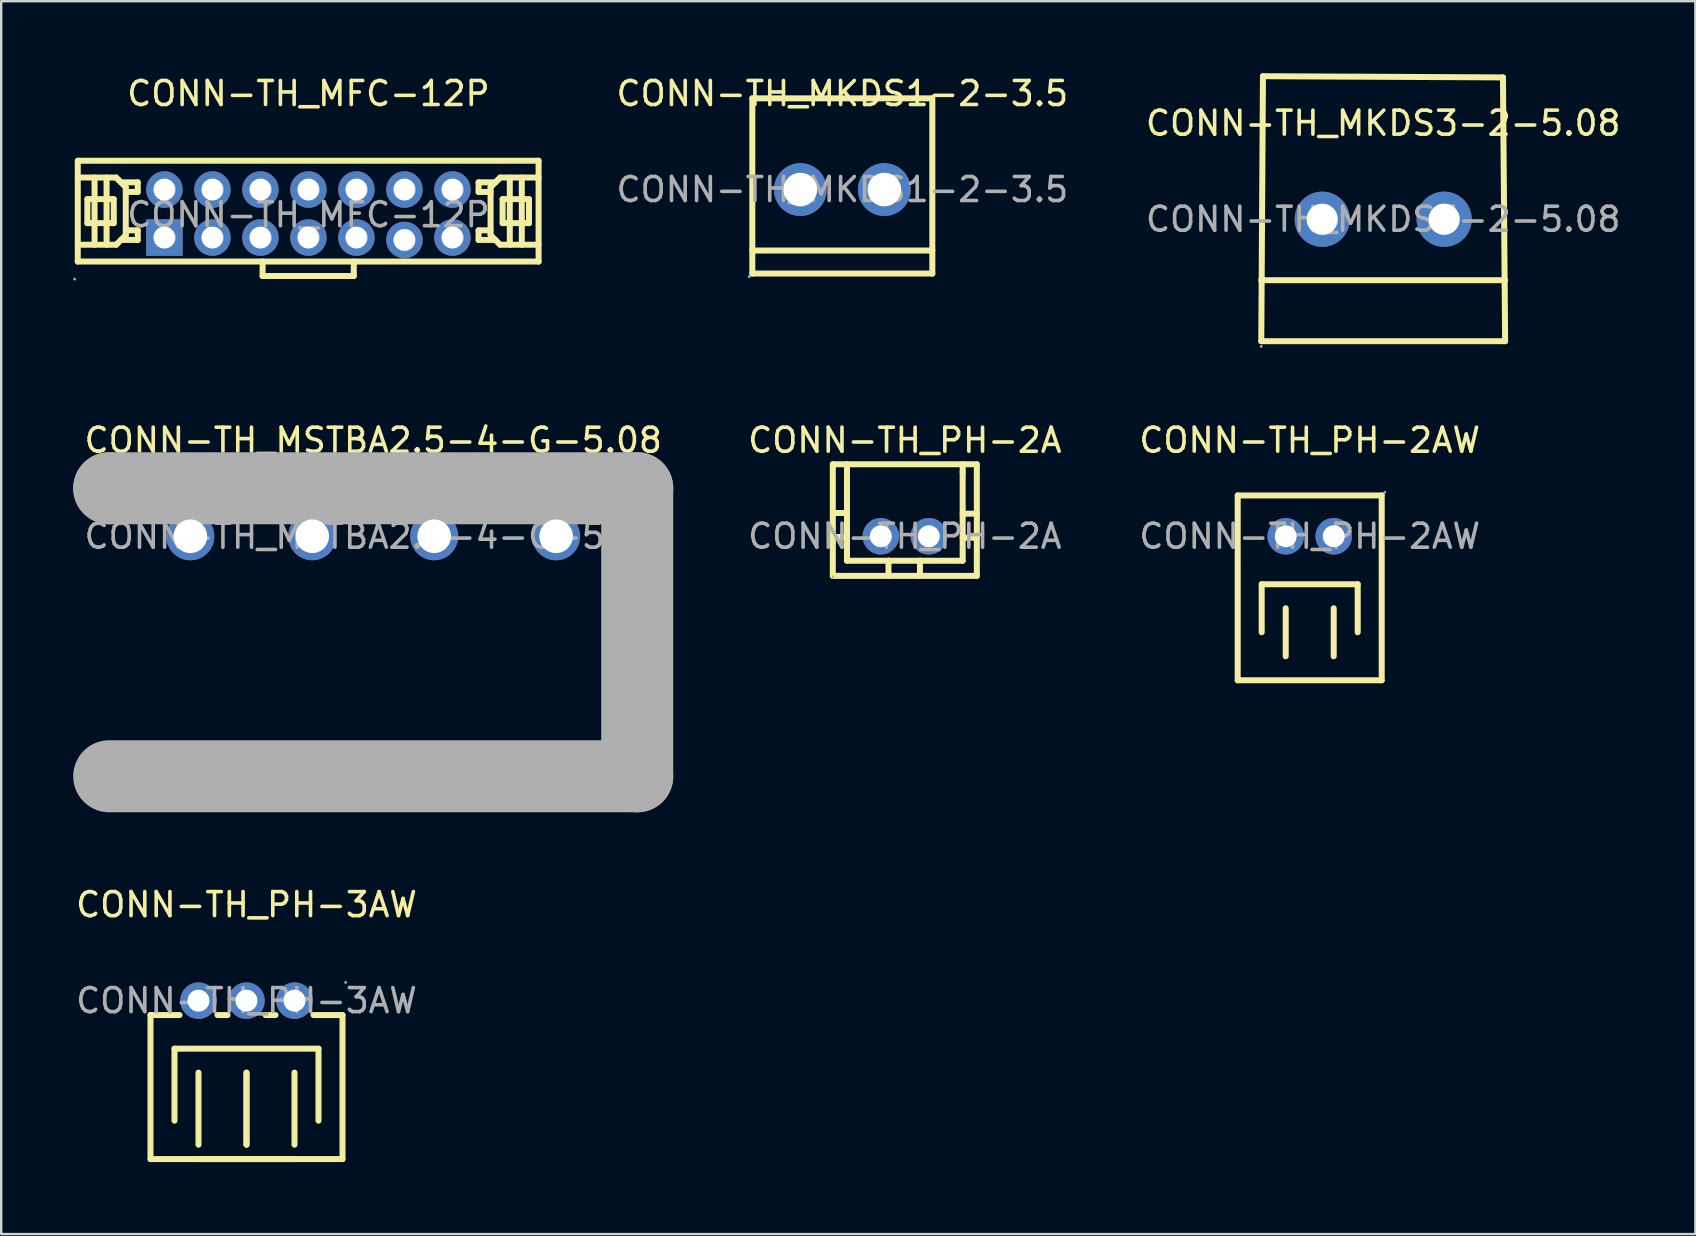
<source format=kicad_pcb>
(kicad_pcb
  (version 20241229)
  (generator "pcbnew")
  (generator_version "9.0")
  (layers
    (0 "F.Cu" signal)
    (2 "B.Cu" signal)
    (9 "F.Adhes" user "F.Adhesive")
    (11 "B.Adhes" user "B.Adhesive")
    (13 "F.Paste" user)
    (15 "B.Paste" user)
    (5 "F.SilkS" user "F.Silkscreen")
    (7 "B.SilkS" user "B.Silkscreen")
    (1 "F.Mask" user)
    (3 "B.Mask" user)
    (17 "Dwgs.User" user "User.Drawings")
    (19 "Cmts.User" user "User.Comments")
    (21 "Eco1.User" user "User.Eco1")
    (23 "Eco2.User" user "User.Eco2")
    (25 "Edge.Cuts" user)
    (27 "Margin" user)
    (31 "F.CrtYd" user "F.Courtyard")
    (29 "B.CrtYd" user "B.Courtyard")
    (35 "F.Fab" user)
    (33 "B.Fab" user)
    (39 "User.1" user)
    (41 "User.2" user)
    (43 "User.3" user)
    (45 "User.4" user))
  (footprint "CONN-TH_MSTBA2.5-4-G-5.08"
    (layer "F.Cu")
    (at 12.5 19.293)
    (property "Reference" "CONN-TH_MSTBA2.5-4-G-5.08" (at 0 -4 0) (layer "F.SilkS") (effects (font (size 1 1) (thickness 0.15))))
    (attr through_hole)
    (fp_line (start -11 -2) (end -11 -2) (stroke (width 3) (type solid)) (layer "F.Fab"))
    (fp_line (start -11 -2) (end 11 -2) (stroke (width 3) (type solid)) (layer "F.Fab"))
    (fp_line (start 11 -2) (end 11 10) (stroke (width 3) (type solid)) (layer "F.Fab"))
    (fp_line (start 11 10) (end -11 10) (stroke (width 3) (type solid)) (layer "F.Fab"))
    (fp_circle (center -7.62 0) (end -7.32 0) (stroke (width 0.6) (type solid)) (fill no) (layer "F.Fab"))
    (fp_circle (center -2.54 0) (end -2.24 0) (stroke (width 0.6) (type solid)) (fill no) (layer "F.Fab"))
    (fp_circle (center 2.54 0) (end 2.84 0) (stroke (width 0.6) (type solid)) (fill no) (layer "F.Fab"))
    (fp_circle (center 7.62 0) (end 7.92 0) (stroke (width 0.6) (type solid)) (fill no) (layer "F.Fab"))
    (fp_circle (center 11.13 -2.13) (end 11.16 -2.13) (stroke (width 0.06) (type solid)) (fill no) (layer "F.Fab"))
    (fp_text user "${REFERENCE}" (at 0 0 0) (layer "F.Fab") (effects (font (size 1 1) (thickness 0.15))))
    (pad "1" thru_hole circle (at 7.62 0 180) (size 2 2) (drill 1.4) (layers "*.Cu" "*.Paste" "*.Mask"))
    (pad "2" thru_hole circle (at 2.54 0 180) (size 2 2) (drill 1.4) (layers "*.Cu" "*.Paste" "*.Mask"))
    (pad "3" thru_hole circle (at -2.54 0 180) (size 2 2) (drill 1.4) (layers "*.Cu" "*.Paste" "*.Mask"))
    (pad "4" thru_hole circle (at -7.62 0 180) (size 2 2) (drill 1.4) (layers "*.Cu" "*.Paste" "*.Mask")))
  (footprint "CONN-TH_PH-2AW"
    (layer "F.Cu")
    (at 51.518 19.293)
    (property "Reference" "CONN-TH_PH-2AW" (at 0 -4 0) (layer "F.SilkS") (effects (font (size 1 1) (thickness 0.15))))
    (attr through_hole)
    (fp_line (start -3 -1.7) (end -3 6) (stroke (width 0.25) (type solid)) (layer "F.SilkS"))
    (fp_line (start -2 2) (end -2 4) (stroke (width 0.25) (type solid)) (layer "F.SilkS"))
    (fp_line (start -1 3) (end -1 5) (stroke (width 0.25) (type solid)) (layer "F.SilkS"))
    (fp_line (start 1 3) (end 1 5) (stroke (width 0.25) (type solid)) (layer "F.SilkS"))
    (fp_line (start 2 2) (end -2 2) (stroke (width 0.25) (type solid)) (layer "F.SilkS"))
    (fp_line (start 2 4) (end 2 2) (stroke (width 0.25) (type solid)) (layer "F.SilkS"))
    (fp_line (start 3 -1.7) (end -3 -1.7) (stroke (width 0.25) (type solid)) (layer "F.SilkS"))
    (fp_line (start 3 -1.7) (end 3 6) (stroke (width 0.25) (type solid)) (layer "F.SilkS"))
    (fp_line (start 3 6) (end -3 6) (stroke (width 0.25) (type solid)) (layer "F.SilkS"))
    (fp_circle (center -1 0) (end -0.82 0) (stroke (width 0.36) (type solid)) (fill no) (layer "F.Fab"))
    (fp_circle (center 1 0) (end 1.18 0) (stroke (width 0.36) (type solid)) (fill no) (layer "F.Fab"))
    (fp_circle (center 3.13 -1.83) (end 3.16 -1.83) (stroke (width 0.06) (type solid)) (fill no) (layer "F.Fab"))
    (fp_text user "${REFERENCE}" (at 0 0 0) (layer "F.Fab") (effects (font (size 1 1) (thickness 0.15))))
    (pad "1" thru_hole circle (at 1 0 180) (size 1.52 1.52) (drill 0.914) (layers "*.Cu" "*.Paste" "*.Mask"))
    (pad "2" thru_hole circle (at -1 0 180) (size 1.52 1.52) (drill 0.914) (layers "*.Cu" "*.Paste" "*.Mask")))
  (footprint "CONN-TH_MKDS3-2-5.08"
    (layer "F.Cu")
    (at 54.58 6.085)
    (property "Reference" "CONN-TH_MKDS3-2-5.08" (at 0 -4 0) (layer "F.SilkS") (effects (font (size 1 1) (thickness 0.15))))
    (attr through_hole)
    (fp_line (start -5.08 2.54) (end 5.08 2.54) (stroke (width 0.25) (type solid)) (layer "F.SilkS"))
    (fp_line (start -5.08 5.08) (end 5.08 5.08) (stroke (width 0.25) (type solid)) (layer "F.SilkS"))
    (fp_line (start -5.01 -5.96) (end -5.08 5.08) (stroke (width 0.25) (type solid)) (layer "F.SilkS"))
    (fp_line (start 4.99 -5.91) (end -5.01 -5.96) (stroke (width 0.25) (type solid)) (layer "F.SilkS"))
    (fp_line (start 5.08 5.08) (end 4.99 -5.91) (stroke (width 0.25) (type solid)) (layer "F.SilkS"))
    (fp_circle (center -5.08 5.3) (end -5.05 5.3) (stroke (width 0.06) (type solid)) (fill no) (layer "F.Fab"))
    (fp_circle (center -2.54 0) (end -2.29 0) (stroke (width 0.5) (type solid)) (fill no) (layer "F.Fab"))
    (fp_circle (center 2.54 0) (end 2.79 0) (stroke (width 0.5) (type solid)) (fill no) (layer "F.Fab"))
    (fp_text user "${REFERENCE}" (at 0 0 0) (layer "F.Fab") (effects (font (size 1 1) (thickness 0.15))))
    (pad "1" thru_hole circle (at -2.54 0) (size 2.3 2.3) (drill 1.3) (layers "*.Cu" "*.Paste" "*.Mask"))
    (pad "2" thru_hole circle (at 2.54 0) (size 2.3 2.3) (drill 1.3) (layers "*.Cu" "*.Paste" "*.Mask")))
  (footprint "CONN-TH_MKDS1-2-3.5"
    (layer "F.Cu")
    (at 32.045 4.848)
    (property "Reference" "CONN-TH_MKDS1-2-3.5" (at 0 -4 0) (layer "F.SilkS") (effects (font (size 1 1) (thickness 0.15))))
    (attr through_hole)
    (fp_line (start -3.75 2.54) (end 3.75 2.54) (stroke (width 0.25) (type solid)) (layer "F.SilkS"))
    (fp_line (start -3.75 3.5) (end -3.75 -3.8) (stroke (width 0.25) (type solid)) (layer "F.SilkS"))
    (fp_line (start -3.75 3.5) (end 3.75 3.5) (stroke (width 0.25) (type solid)) (layer "F.SilkS"))
    (fp_line (start 3.74 -3.8) (end -3.75 -3.8) (stroke (width 0.25) (type solid)) (layer "F.SilkS"))
    (fp_line (start 3.75 -3.8) (end 3.75 3.5) (stroke (width 0.25) (type solid)) (layer "F.SilkS"))
    (fp_circle (center -3.88 3.63) (end -3.85 3.63) (stroke (width 0.06) (type solid)) (fill no) (layer "F.Fab"))
    (fp_circle (center -1.75 0) (end -1.45 0) (stroke (width 0.6) (type solid)) (fill no) (layer "F.Fab"))
    (fp_circle (center 1.75 0) (end 2.05 0) (stroke (width 0.6) (type solid)) (fill no) (layer "F.Fab"))
    (fp_text user "${REFERENCE}" (at 0 0 0) (layer "F.Fab") (effects (font (size 1 1) (thickness 0.15))))
    (pad "1" thru_hole circle (at -1.75 0) (size 2.2 2.2) (drill 1.4) (layers "*.Cu" "*.Paste" "*.Mask"))
    (pad "2" thru_hole circle (at 1.75 0) (size 2.2 2.2) (drill 1.4) (layers "*.Cu" "*.Paste" "*.Mask")))
  (footprint "CONN-TH_PH-3AW"
    (layer "F.Cu")
    (at 7.22 38.642)
    (property "Reference" "CONN-TH_PH-3AW" (at 0 -4 0) (layer "F.SilkS") (effects (font (size 1 1) (thickness 0.15))))
    (attr through_hole)
    (fp_line (start -4 0.6) (end -4 6.6) (stroke (width 0.25) (type solid)) (layer "F.SilkS"))
    (fp_line (start -4 0.6) (end -2.79 0.6) (stroke (width 0.25) (type solid)) (layer "F.SilkS"))
    (fp_line (start -3 2) (end -3 5) (stroke (width 0.25) (type solid)) (layer "F.SilkS"))
    (fp_line (start -2 6) (end -2 3) (stroke (width 0.25) (type solid)) (layer "F.SilkS"))
    (fp_line (start -1.21 0.6) (end -0.79 0.6) (stroke (width 0.25) (type solid)) (layer "F.SilkS"))
    (fp_line (start 0 3) (end 0 6) (stroke (width 0.25) (type solid)) (layer "F.SilkS"))
    (fp_line (start 0 6) (end 0 3) (stroke (width 0.25) (type solid)) (layer "F.SilkS"))
    (fp_line (start 0.79 0.6) (end 1.21 0.6) (stroke (width 0.25) (type solid)) (layer "F.SilkS"))
    (fp_line (start 2 3) (end 2 6) (stroke (width 0.25) (type solid)) (layer "F.SilkS"))
    (fp_line (start 2 6.6) (end -4 6.6) (stroke (width 0.25) (type solid)) (layer "F.SilkS"))
    (fp_line (start 2.79 0.6) (end 4 0.6) (stroke (width 0.25) (type solid)) (layer "F.SilkS"))
    (fp_line (start 3 2) (end -3 2) (stroke (width 0.25) (type solid)) (layer "F.SilkS"))
    (fp_line (start 3 5) (end 3 2) (stroke (width 0.25) (type solid)) (layer "F.SilkS"))
    (fp_line (start 4 0.6) (end 4 6.6) (stroke (width 0.25) (type solid)) (layer "F.SilkS"))
    (fp_line (start 4 6.6) (end -2 6.6) (stroke (width 0.25) (type solid)) (layer "F.SilkS"))
    (fp_circle (center -2 0) (end -1.82 0) (stroke (width 0.36) (type solid)) (fill no) (layer "F.Fab"))
    (fp_circle (center 0 0) (end 0.18 0) (stroke (width 0.36) (type solid)) (fill no) (layer "F.Fab"))
    (fp_circle (center 2 0) (end 2.18 0) (stroke (width 0.36) (type solid)) (fill no) (layer "F.Fab"))
    (fp_circle (center 4.13 -0.76) (end 4.16 -0.76) (stroke (width 0.06) (type solid)) (fill no) (layer "F.Fab"))
    (fp_text user "${REFERENCE}" (at 0 0 0) (layer "F.Fab") (effects (font (size 1 1) (thickness 0.15))))
    (pad "1" thru_hole circle (at 2 0 180) (size 1.52 1.52) (drill 0.914) (layers "*.Cu" "*.Paste" "*.Mask"))
    (pad "2" thru_hole circle (at 0 0 180) (size 1.52 1.52) (drill 0.914) (layers "*.Cu" "*.Paste" "*.Mask"))
    (pad "3" thru_hole circle (at -2 0 180) (size 1.52 1.52) (drill 0.914) (layers "*.Cu" "*.Paste" "*.Mask")))
  (footprint "CONN-TH_PH-2A"
    (layer "F.Cu")
    (at 34.649 19.293)
    (property "Reference" "CONN-TH_PH-2A" (at 0 -4 0) (layer "F.SilkS") (effects (font (size 1 1) (thickness 0.15))))
    (attr through_hole)
    (fp_line (start -3 -3) (end -3 1.65) (stroke (width 0.25) (type solid)) (layer "F.SilkS"))
    (fp_line (start -3 -3) (end 3 -3) (stroke (width 0.25) (type solid)) (layer "F.SilkS"))
    (fp_line (start -3 -0.97) (end -2.41 -0.97) (stroke (width 0.25) (type solid)) (layer "F.SilkS"))
    (fp_line (start -3 0.03) (end -2.41 0.03) (stroke (width 0.25) (type solid)) (layer "F.SilkS"))
    (fp_line (start -3 1.65) (end 3 1.65) (stroke (width 0.25) (type solid)) (layer "F.SilkS"))
    (fp_line (start -2.41 -2.67) (end -2.41 -3) (stroke (width 0.25) (type solid)) (layer "F.SilkS"))
    (fp_line (start -2.41 -2.67) (end -2.41 1.02) (stroke (width 0.25) (type solid)) (layer "F.SilkS"))
    (fp_line (start -2.41 1.02) (end -0.68 1.02) (stroke (width 0.25) (type solid)) (layer "F.SilkS"))
    (fp_line (start -0.68 1.02) (end 0.63 1.02) (stroke (width 0.25) (type solid)) (layer "F.SilkS"))
    (fp_line (start -0.68 1.65) (end -0.68 1.02) (stroke (width 0.25) (type solid)) (layer "F.SilkS"))
    (fp_line (start 0.63 1.02) (end 0.63 1.57) (stroke (width 0.25) (type solid)) (layer "F.SilkS"))
    (fp_line (start 0.63 1.02) (end 2.41 1.02) (stroke (width 0.25) (type solid)) (layer "F.SilkS"))
    (fp_line (start 0.63 1.57) (end 0.56 1.65) (stroke (width 0.25) (type solid)) (layer "F.SilkS"))
    (fp_line (start 2.41 -2.67) (end 2.41 -3) (stroke (width 0.25) (type solid)) (layer "F.SilkS"))
    (fp_line (start 2.41 -0.94) (end 3 -0.94) (stroke (width 0.25) (type solid)) (layer "F.SilkS"))
    (fp_line (start 2.41 0.06) (end 3 0.06) (stroke (width 0.25) (type solid)) (layer "F.SilkS"))
    (fp_line (start 2.41 1.02) (end 2.41 -2.67) (stroke (width 0.25) (type solid)) (layer "F.SilkS"))
    (fp_line (start 3 1.65) (end 3 -3) (stroke (width 0.25) (type solid)) (layer "F.SilkS"))
    (fp_circle (center -3 1.7) (end -2.97 1.7) (stroke (width 0.06) (type solid)) (fill no) (layer "F.Fab"))
    (fp_text user "${REFERENCE}" (at 0 0 0) (layer "F.Fab") (effects (font (size 1 1) (thickness 0.15))))
    (pad "1" thru_hole circle (at -1 0) (size 1.52 1.52) (drill 0.914) (layers "*.Cu" "*.Paste" "*.Mask"))
    (pad "2" thru_hole circle (at 1 0) (size 1.52 1.52) (drill 0.914) (layers "*.Cu" "*.Paste" "*.Mask")))
  (footprint "CONN-TH_MFC-12P"
    (layer "F.Cu")
    (at 9.8 5.898)
    (property "Reference" "CONN-TH_MFC-12P" (at 0 -5.05 0) (layer "F.SilkS") (effects (font (size 1 1) (thickness 0.15))))
    (attr through_hole)
    (fp_line (start -9.61 -2.25) (end -9.61 1.95) (stroke (width 0.25) (type solid)) (layer "F.SilkS"))
    (fp_line (start -9.61 -2.25) (end 9.59 -2.25) (stroke (width 0.25) (type solid)) (layer "F.SilkS"))
    (fp_line (start -9.61 -1.55) (end -8.01 -1.55) (stroke (width 0.25) (type solid)) (layer "F.SilkS"))
    (fp_line (start -9.61 1.95) (end 9.59 1.95) (stroke (width 0.25) (type solid)) (layer "F.SilkS"))
    (fp_line (start -9.21 -0.65) (end -8.11 -0.65) (stroke (width 0.25) (type solid)) (layer "F.SilkS"))
    (fp_line (start -9.21 0.35) (end -9.21 -0.65) (stroke (width 0.25) (type solid)) (layer "F.SilkS"))
    (fp_line (start -8.91 -1.55) (end -8.91 1.25) (stroke (width 0.25) (type solid)) (layer "F.SilkS"))
    (fp_line (start -8.41 -1.55) (end -8.41 1.25) (stroke (width 0.25) (type solid)) (layer "F.SilkS"))
    (fp_line (start -8.11 -0.65) (end -8.11 0.35) (stroke (width 0.25) (type solid)) (layer "F.SilkS"))
    (fp_line (start -8.11 0.35) (end -9.21 0.35) (stroke (width 0.25) (type solid)) (layer "F.SilkS"))
    (fp_line (start -8.01 -1.55) (end -7.91 -1.45) (stroke (width 0.25) (type solid)) (layer "F.SilkS"))
    (fp_line (start -8.01 1.25) (end -9.61 1.25) (stroke (width 0.25) (type solid)) (layer "F.SilkS"))
    (fp_line (start -7.91 -1.45) (end -7.61 -1.15) (stroke (width 0.25) (type solid)) (layer "F.SilkS"))
    (fp_line (start -7.81 -1.35) (end -7.11 -1.35) (stroke (width 0.25) (type solid)) (layer "F.SilkS"))
    (fp_line (start -7.81 1.05) (end -7.11 1.05) (stroke (width 0.25) (type solid)) (layer "F.SilkS"))
    (fp_line (start -7.61 -1.15) (end -7.61 0.85) (stroke (width 0.25) (type solid)) (layer "F.SilkS"))
    (fp_line (start -7.61 0.85) (end -8.01 1.25) (stroke (width 0.25) (type solid)) (layer "F.SilkS"))
    (fp_line (start -7.11 -1.35) (end -7.11 -0.95) (stroke (width 0.25) (type solid)) (layer "F.SilkS"))
    (fp_line (start -7.11 -0.95) (end -7.61 -0.95) (stroke (width 0.25) (type solid)) (layer "F.SilkS"))
    (fp_line (start -7.11 0.65) (end -7.61 0.65) (stroke (width 0.25) (type solid)) (layer "F.SilkS"))
    (fp_line (start -7.11 1.05) (end -7.11 0.65) (stroke (width 0.25) (type solid)) (layer "F.SilkS"))
    (fp_line (start -1.91 1.95) (end -1.91 2.55) (stroke (width 0.25) (type solid)) (layer "F.SilkS"))
    (fp_line (start -1.91 2.55) (end 1.89 2.55) (stroke (width 0.25) (type solid)) (layer "F.SilkS"))
    (fp_line (start 1.89 2.55) (end 1.89 1.95) (stroke (width 0.25) (type solid)) (layer "F.SilkS"))
    (fp_line (start 7.09 -1.35) (end 7.09 -0.95) (stroke (width 0.25) (type solid)) (layer "F.SilkS"))
    (fp_line (start 7.09 -0.95) (end 7.59 -0.95) (stroke (width 0.25) (type solid)) (layer "F.SilkS"))
    (fp_line (start 7.09 0.65) (end 7.59 0.65) (stroke (width 0.25) (type solid)) (layer "F.SilkS"))
    (fp_line (start 7.09 1.05) (end 7.09 0.65) (stroke (width 0.25) (type solid)) (layer "F.SilkS"))
    (fp_line (start 7.59 -1.15) (end 7.59 0.85) (stroke (width 0.25) (type solid)) (layer "F.SilkS"))
    (fp_line (start 7.59 0.85) (end 7.99 1.25) (stroke (width 0.25) (type solid)) (layer "F.SilkS"))
    (fp_line (start 7.79 -1.35) (end 7.09 -1.35) (stroke (width 0.25) (type solid)) (layer "F.SilkS"))
    (fp_line (start 7.79 1.05) (end 7.09 1.05) (stroke (width 0.25) (type solid)) (layer "F.SilkS"))
    (fp_line (start 7.89 -1.45) (end 7.59 -1.15) (stroke (width 0.25) (type solid)) (layer "F.SilkS"))
    (fp_line (start 7.99 -1.55) (end 7.89 -1.45) (stroke (width 0.25) (type solid)) (layer "F.SilkS"))
    (fp_line (start 7.99 1.25) (end 9.59 1.25) (stroke (width 0.25) (type solid)) (layer "F.SilkS"))
    (fp_line (start 8.09 -0.65) (end 8.09 0.35) (stroke (width 0.25) (type solid)) (layer "F.SilkS"))
    (fp_line (start 8.09 0.35) (end 9.19 0.35) (stroke (width 0.25) (type solid)) (layer "F.SilkS"))
    (fp_line (start 8.39 -1.55) (end 8.39 1.25) (stroke (width 0.25) (type solid)) (layer "F.SilkS"))
    (fp_line (start 8.89 -1.55) (end 8.89 1.25) (stroke (width 0.25) (type solid)) (layer "F.SilkS"))
    (fp_line (start 9.19 -0.65) (end 8.09 -0.65) (stroke (width 0.25) (type solid)) (layer "F.SilkS"))
    (fp_line (start 9.19 0.35) (end 9.19 -0.65) (stroke (width 0.25) (type solid)) (layer "F.SilkS"))
    (fp_line (start 9.59 -2.25) (end 9.59 1.95) (stroke (width 0.25) (type solid)) (layer "F.SilkS"))
    (fp_line (start 9.59 -1.55) (end 7.99 -1.55) (stroke (width 0.25) (type solid)) (layer "F.SilkS"))
    (fp_circle (center -9.74 2.68) (end -9.71 2.68) (stroke (width 0.06) (type solid)) (fill no) (layer "F.Fab"))
    (fp_circle (center -6 -1.05) (end -5.82 -1.05) (stroke (width 0.36) (type solid)) (fill no) (layer "F.Fab"))
    (fp_circle (center -6 0.95) (end -5.82 0.95) (stroke (width 0.36) (type solid)) (fill no) (layer "F.Fab"))
    (fp_circle (center -4 -1.05) (end -3.82 -1.05) (stroke (width 0.36) (type solid)) (fill no) (layer "F.Fab"))
    (fp_circle (center -4 0.95) (end -3.82 0.95) (stroke (width 0.36) (type solid)) (fill no) (layer "F.Fab"))
    (fp_circle (center -2 -1.05) (end -1.82 -1.05) (stroke (width 0.36) (type solid)) (fill no) (layer "F.Fab"))
    (fp_circle (center -2 0.95) (end -1.82 0.95) (stroke (width 0.36) (type solid)) (fill no) (layer "F.Fab"))
    (fp_circle (center 0 -1.05) (end 0.18 -1.05) (stroke (width 0.36) (type solid)) (fill no) (layer "F.Fab"))
    (fp_circle (center 0 0.95) (end 0.18 0.95) (stroke (width 0.36) (type solid)) (fill no) (layer "F.Fab"))
    (fp_circle (center 2 -1.05) (end 2.18 -1.05) (stroke (width 0.36) (type solid)) (fill no) (layer "F.Fab"))
    (fp_circle (center 2 0.95) (end 2.18 0.95) (stroke (width 0.36) (type solid)) (fill no) (layer "F.Fab"))
    (fp_circle (center 4 -1.05) (end 4.18 -1.05) (stroke (width 0.36) (type solid)) (fill no) (layer "F.Fab"))
    (fp_circle (center 4 1.05) (end 4.18 1.05) (stroke (width 0.36) (type solid)) (fill no) (layer "F.Fab"))
    (fp_circle (center 6 -1.05) (end 6.18 -1.05) (stroke (width 0.36) (type solid)) (fill no) (layer "F.Fab"))
    (fp_circle (center 6 0.95) (end 6.18 0.95) (stroke (width 0.36) (type solid)) (fill no) (layer "F.Fab"))
    (fp_text user "${REFERENCE}" (at 0 0 0) (layer "F.Fab") (effects (font (size 1 1) (thickness 0.15))))
    (pad "1" thru_hole rect (at -6 0.95) (size 1.52 1.52) (drill 0.914) (layers "*.Cu" "*.Paste" "*.Mask"))
    (pad "2" thru_hole circle (at -6 -1.05) (size 1.52 1.52) (drill 0.914) (layers "*.Cu" "*.Paste" "*.Mask"))
    (pad "3" thru_hole circle (at -4 0.95) (size 1.52 1.52) (drill 0.914) (layers "*.Cu" "*.Paste" "*.Mask"))
    (pad "4" thru_hole circle (at -4 -1.05) (size 1.52 1.52) (drill 0.914) (layers "*.Cu" "*.Paste" "*.Mask"))
    (pad "5" thru_hole circle (at -2 0.95) (size 1.52 1.52) (drill 0.914) (layers "*.Cu" "*.Paste" "*.Mask"))
    (pad "6" thru_hole circle (at -2 -1.05) (size 1.52 1.52) (drill 0.914) (layers "*.Cu" "*.Paste" "*.Mask"))
    (pad "7" thru_hole circle (at 0 0.95) (size 1.52 1.52) (drill 0.914) (layers "*.Cu" "*.Paste" "*.Mask"))
    (pad "8" thru_hole circle (at 0 -1.05) (size 1.52 1.52) (drill 0.914) (layers "*.Cu" "*.Paste" "*.Mask"))
    (pad "9" thru_hole circle (at 2 0.95) (size 1.52 1.52) (drill 0.914) (layers "*.Cu" "*.Paste" "*.Mask"))
    (pad "10" thru_hole circle (at 2 -1.05) (size 1.52 1.52) (drill 0.914) (layers "*.Cu" "*.Paste" "*.Mask"))
    (pad "11" thru_hole circle (at 4 1.05) (size 1.52 1.52) (drill 0.914) (layers "*.Cu" "*.Paste" "*.Mask"))
    (pad "12" thru_hole circle (at 4 -1.05) (size 1.52 1.52) (drill 0.914) (layers "*.Cu" "*.Paste" "*.Mask"))
    (pad "13" thru_hole circle (at 6 0.95) (size 1.52 1.52) (drill 0.914) (layers "*.Cu" "*.Paste" "*.Mask"))
    (pad "14" thru_hole circle (at 6 -1.05) (size 1.52 1.52) (drill 0.914) (layers "*.Cu" "*.Paste" "*.Mask")))
  (gr_rect
    (start -3 -3)
    (end 67.586 48.367)
    (stroke (width 0.1) (type default))
    (fill no)
    (layer "Edge.Cuts")))
</source>
